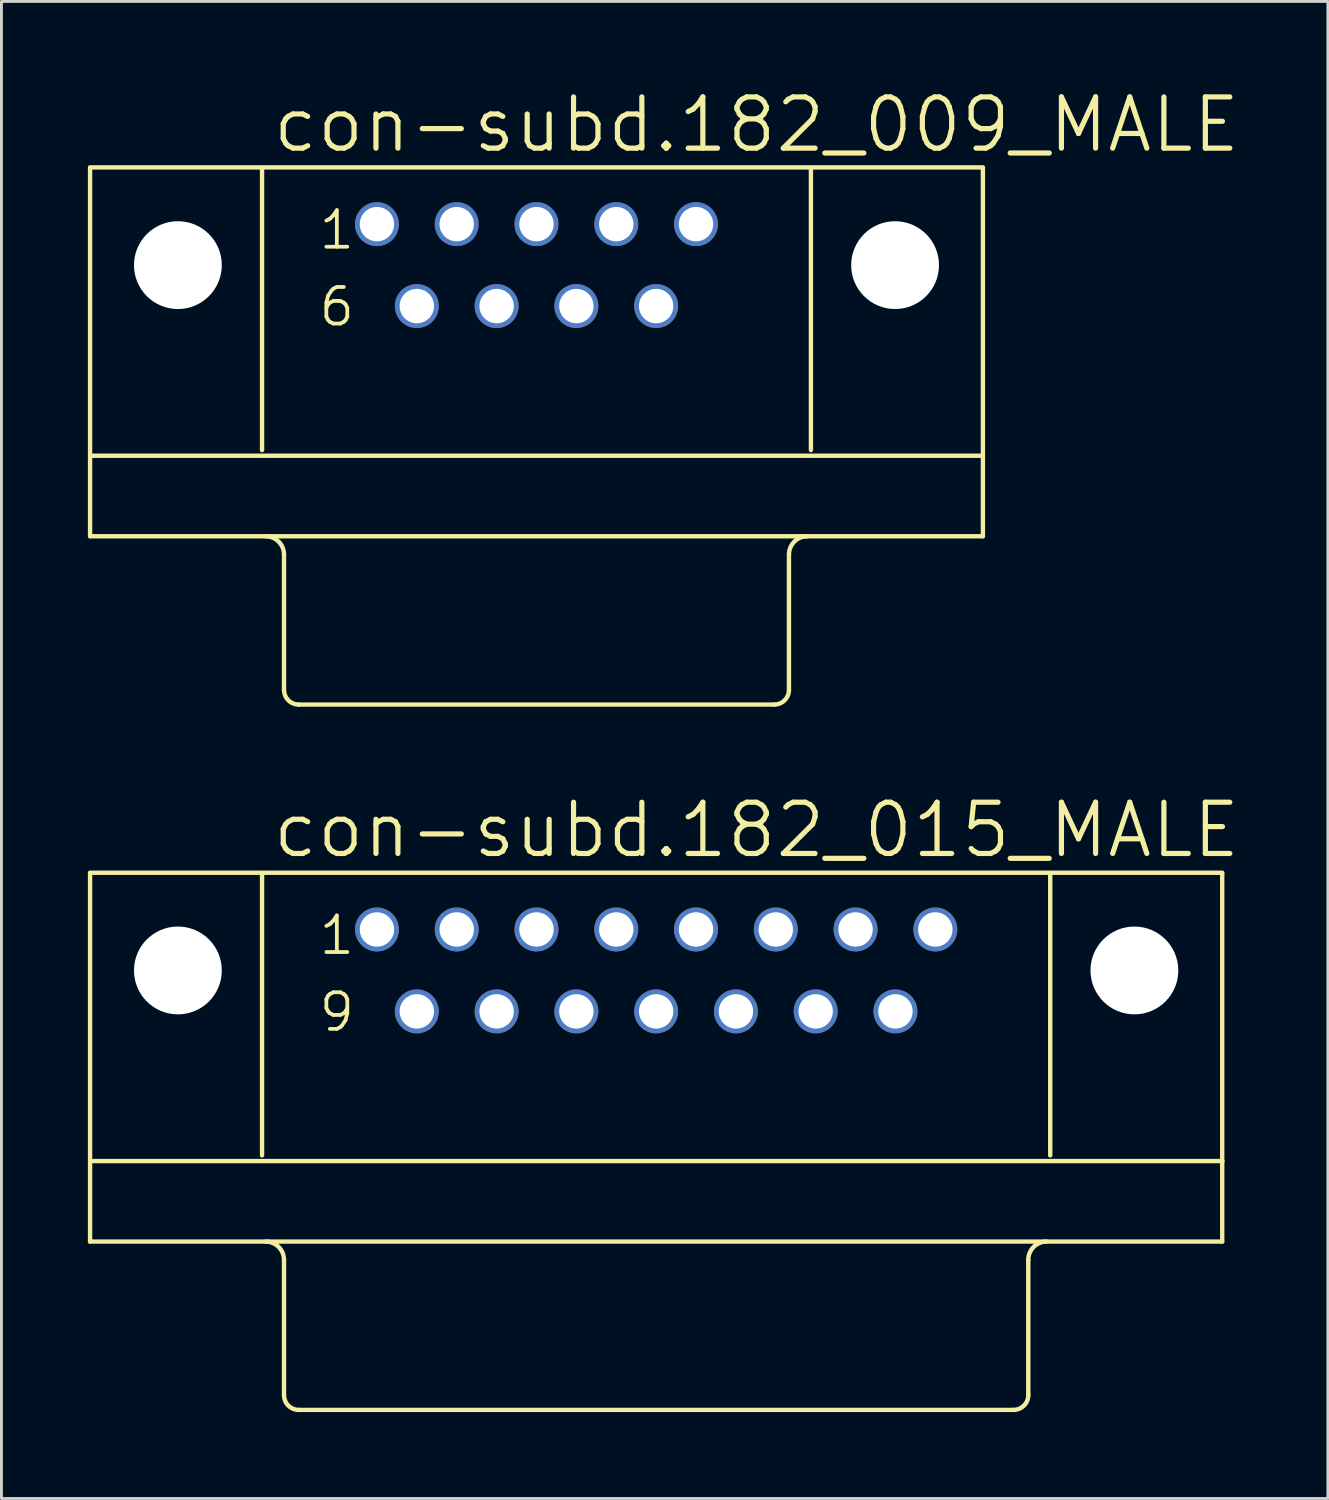
<source format=kicad_pcb>
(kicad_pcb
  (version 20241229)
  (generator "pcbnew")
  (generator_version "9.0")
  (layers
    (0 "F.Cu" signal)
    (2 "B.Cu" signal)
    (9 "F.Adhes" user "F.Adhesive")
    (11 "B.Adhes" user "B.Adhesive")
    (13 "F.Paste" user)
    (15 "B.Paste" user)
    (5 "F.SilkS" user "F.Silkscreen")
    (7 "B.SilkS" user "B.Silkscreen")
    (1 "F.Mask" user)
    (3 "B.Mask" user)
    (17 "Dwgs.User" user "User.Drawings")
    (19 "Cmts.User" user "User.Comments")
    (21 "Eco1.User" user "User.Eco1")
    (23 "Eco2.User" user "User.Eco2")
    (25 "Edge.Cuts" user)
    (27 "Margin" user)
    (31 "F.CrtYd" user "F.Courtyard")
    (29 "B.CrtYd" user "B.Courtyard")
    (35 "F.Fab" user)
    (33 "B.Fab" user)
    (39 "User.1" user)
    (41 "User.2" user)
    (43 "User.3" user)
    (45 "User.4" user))
  (footprint "con-subd.182_009_MALE"
    (layer "F.Cu")
    (at 15.57 15.653)
    (property "Reference" "con-subd.182_009_MALE" (at -9.246 -13.335 0) (layer "F.SilkS") (effects (font (size 1.778 1.778) (thickness 0.18)) (justify left bottom)))
    (attr through_hole)
    (fp_line (start -15.494 -12.875) (end -15.494 -0.091) (stroke (width 0.152) (type default)) (layer "F.SilkS"))
    (fp_line (start -9.525 -12.875) (end -9.525 -3.082) (stroke (width 0.152) (type default)) (layer "F.SilkS"))
    (fp_line (start -8.763 0.544) (end -8.763 5.243) (stroke (width 0.152) (type default)) (layer "F.SilkS"))
    (fp_line (start 8.255 5.751) (end -8.255 5.751) (stroke (width 0.152) (type default)) (layer "F.SilkS"))
    (fp_line (start 8.763 0.544) (end 8.763 5.243) (stroke (width 0.152) (type default)) (layer "F.SilkS"))
    (fp_line (start 9.525 -3.082) (end 9.525 -12.875) (stroke (width 0.152) (type default)) (layer "F.SilkS"))
    (fp_line (start 15.494 -12.893) (end -15.494 -12.893) (stroke (width 0.152) (type default)) (layer "F.SilkS"))
    (fp_line (start 15.494 -12.875) (end 15.494 -2.885) (stroke (width 0.152) (type default)) (layer "F.SilkS"))
    (fp_line (start 15.494 -2.885) (end -15.494 -2.885) (stroke (width 0.152) (type default)) (layer "F.SilkS"))
    (fp_line (start 15.494 -2.885) (end 15.494 -0.091) (stroke (width 0.152) (type default)) (layer "F.SilkS"))
    (fp_line (start 15.494 -0.091) (end -15.494 -0.091) (stroke (width 0.152) (type default)) (layer "F.SilkS"))
    (fp_arc (start -9.398 -0.091) (mid -8.948987 0.094987) (end -8.763 0.544) (stroke (width 0.1524) (type default)) (layer "F.SilkS"))
    (fp_arc (start -8.255 5.751) (mid -8.61421 5.60221) (end -8.763 5.243) (stroke (width 0.1524) (type default)) (layer "F.SilkS"))
    (fp_arc (start 8.763 0.544) (mid 8.948987 0.094987) (end 9.398 -0.091) (stroke (width 0.1524) (type default)) (layer "F.SilkS"))
    (fp_arc (start 8.763 5.243) (mid 8.61421 5.60221) (end 8.255 5.751) (stroke (width 0.1524) (type default)) (layer "F.SilkS"))
    (fp_text user "1" (at -7.62 -9.978 0) (layer "F.SilkS") (effects (font (size 1.27 1.27) (thickness 0.13)) (justify left bottom)))
    (fp_text user "6" (at -7.62 -7.311 0) (layer "F.SilkS") (effects (font (size 1.27 1.27) (thickness 0.13)) (justify left bottom)))
    (pad "" np_thru_hole circle (at -12.446 -9.501) (size 3.048 3.048) (drill 3.048) (layers "*.Cu" "*.Mask"))
    (pad "" np_thru_hole circle (at 12.446 -9.501) (size 3.048 3.048) (drill 3.048) (layers "*.Cu" "*.Mask"))
    (pad "1" thru_hole circle (at -5.537 -10.923) (size 1.524 1.524) (drill 1.194) (layers "*.Cu" "*.Mask"))
    (pad "2" thru_hole circle (at -2.769 -10.923) (size 1.524 1.524) (drill 1.194) (layers "*.Cu" "*.Mask"))
    (pad "3" thru_hole circle (at 0 -10.923) (size 1.524 1.524) (drill 1.194) (layers "*.Cu" "*.Mask"))
    (pad "4" thru_hole circle (at 2.769 -10.923) (size 1.524 1.524) (drill 1.194) (layers "*.Cu" "*.Mask"))
    (pad "5" thru_hole circle (at 5.537 -10.923) (size 1.524 1.524) (drill 1.194) (layers "*.Cu" "*.Mask"))
    (pad "6" thru_hole circle (at -4.153 -8.08) (size 1.524 1.524) (drill 1.194) (layers "*.Cu" "*.Mask"))
    (pad "7" thru_hole circle (at -1.384 -8.08) (size 1.524 1.524) (drill 1.194) (layers "*.Cu" "*.Mask"))
    (pad "8" thru_hole circle (at 1.384 -8.08) (size 1.524 1.524) (drill 1.194) (layers "*.Cu" "*.Mask"))
    (pad "9" thru_hole circle (at 4.153 -8.08) (size 1.524 1.524) (drill 1.194) (layers "*.Cu" "*.Mask")))
  (footprint "con-subd.182_015_MALE"
    (layer "F.Cu")
    (at 19.723 40.133)
    (property "Reference" "con-subd.182_015_MALE" (at -13.399 -13.335 0) (layer "F.SilkS") (effects (font (size 1.778 1.778) (thickness 0.18)) (justify left bottom)))
    (attr through_hole)
    (fp_line (start -19.647 -12.875) (end -19.647 -0.091) (stroke (width 0.152) (type default)) (layer "F.SilkS"))
    (fp_line (start -13.678 -12.875) (end -13.678 -3.082) (stroke (width 0.152) (type default)) (layer "F.SilkS"))
    (fp_line (start -12.916 0.544) (end -12.916 5.243) (stroke (width 0.152) (type default)) (layer "F.SilkS"))
    (fp_line (start 12.408 5.751) (end -12.408 5.751) (stroke (width 0.152) (type default)) (layer "F.SilkS"))
    (fp_line (start 12.916 0.544) (end 12.916 5.243) (stroke (width 0.152) (type default)) (layer "F.SilkS"))
    (fp_line (start 13.678 -3.082) (end 13.678 -12.875) (stroke (width 0.152) (type default)) (layer "F.SilkS"))
    (fp_line (start 19.647 -12.893) (end -19.647 -12.893) (stroke (width 0.152) (type default)) (layer "F.SilkS"))
    (fp_line (start 19.647 -12.875) (end 19.647 -2.885) (stroke (width 0.152) (type default)) (layer "F.SilkS"))
    (fp_line (start 19.647 -2.885) (end -19.647 -2.885) (stroke (width 0.152) (type default)) (layer "F.SilkS"))
    (fp_line (start 19.647 -2.885) (end 19.647 -0.091) (stroke (width 0.152) (type default)) (layer "F.SilkS"))
    (fp_line (start 19.647 -0.091) (end -19.647 -0.091) (stroke (width 0.152) (type default)) (layer "F.SilkS"))
    (fp_arc (start -13.5509 -0.091) (mid -13.101887 0.094987) (end -12.9159 0.544) (stroke (width 0.1524) (type default)) (layer "F.SilkS"))
    (fp_arc (start -12.4079 5.751) (mid -12.76711 5.60221) (end -12.9159 5.243) (stroke (width 0.1524) (type default)) (layer "F.SilkS"))
    (fp_arc (start 12.9159 0.544) (mid 13.101887 0.094987) (end 13.5509 -0.091) (stroke (width 0.1524) (type default)) (layer "F.SilkS"))
    (fp_arc (start 12.9159 5.243) (mid 12.76711 5.60221) (end 12.4079 5.751) (stroke (width 0.1524) (type default)) (layer "F.SilkS"))
    (fp_text user "1" (at -11.773 -9.978 0) (layer "F.SilkS") (effects (font (size 1.27 1.27) (thickness 0.13)) (justify left bottom)))
    (fp_text user "9" (at -11.773 -7.311 0) (layer "F.SilkS") (effects (font (size 1.27 1.27) (thickness 0.13)) (justify left bottom)))
    (pad "" np_thru_hole circle (at -16.599 -9.501) (size 3.048 3.048) (drill 3.048) (layers "*.Cu" "*.Mask"))
    (pad "" np_thru_hole circle (at 16.599 -9.501) (size 3.048 3.048) (drill 3.048) (layers "*.Cu" "*.Mask"))
    (pad "1" thru_hole circle (at -9.69 -10.923) (size 1.524 1.524) (drill 1.194) (layers "*.Cu" "*.Mask"))
    (pad "2" thru_hole circle (at -6.921 -10.923) (size 1.524 1.524) (drill 1.194) (layers "*.Cu" "*.Mask"))
    (pad "3" thru_hole circle (at -4.153 -10.923) (size 1.524 1.524) (drill 1.194) (layers "*.Cu" "*.Mask"))
    (pad "4" thru_hole circle (at -1.384 -10.923) (size 1.524 1.524) (drill 1.194) (layers "*.Cu" "*.Mask"))
    (pad "5" thru_hole circle (at 1.384 -10.923) (size 1.524 1.524) (drill 1.194) (layers "*.Cu" "*.Mask"))
    (pad "6" thru_hole circle (at 4.153 -10.923) (size 1.524 1.524) (drill 1.194) (layers "*.Cu" "*.Mask"))
    (pad "7" thru_hole circle (at 6.921 -10.923) (size 1.524 1.524) (drill 1.194) (layers "*.Cu" "*.Mask"))
    (pad "8" thru_hole circle (at 9.69 -10.923) (size 1.524 1.524) (drill 1.194) (layers "*.Cu" "*.Mask"))
    (pad "9" thru_hole circle (at -8.306 -8.08) (size 1.524 1.524) (drill 1.194) (layers "*.Cu" "*.Mask"))
    (pad "10" thru_hole circle (at -5.537 -8.08) (size 1.524 1.524) (drill 1.194) (layers "*.Cu" "*.Mask"))
    (pad "11" thru_hole circle (at -2.769 -8.08) (size 1.524 1.524) (drill 1.194) (layers "*.Cu" "*.Mask"))
    (pad "12" thru_hole circle (at 0 -8.08) (size 1.524 1.524) (drill 1.194) (layers "*.Cu" "*.Mask"))
    (pad "13" thru_hole circle (at 2.769 -8.08) (size 1.524 1.524) (drill 1.194) (layers "*.Cu" "*.Mask"))
    (pad "14" thru_hole circle (at 5.537 -8.08) (size 1.524 1.524) (drill 1.194) (layers "*.Cu" "*.Mask"))
    (pad "15" thru_hole circle (at 8.306 -8.08) (size 1.524 1.524) (drill 1.194) (layers "*.Cu" "*.Mask")))
  (gr_rect
    (start -3 -3)
    (end 43.037 48.96)
    (stroke (width 0.1) (type default))
    (fill no)
    (layer "Edge.Cuts")))
</source>
